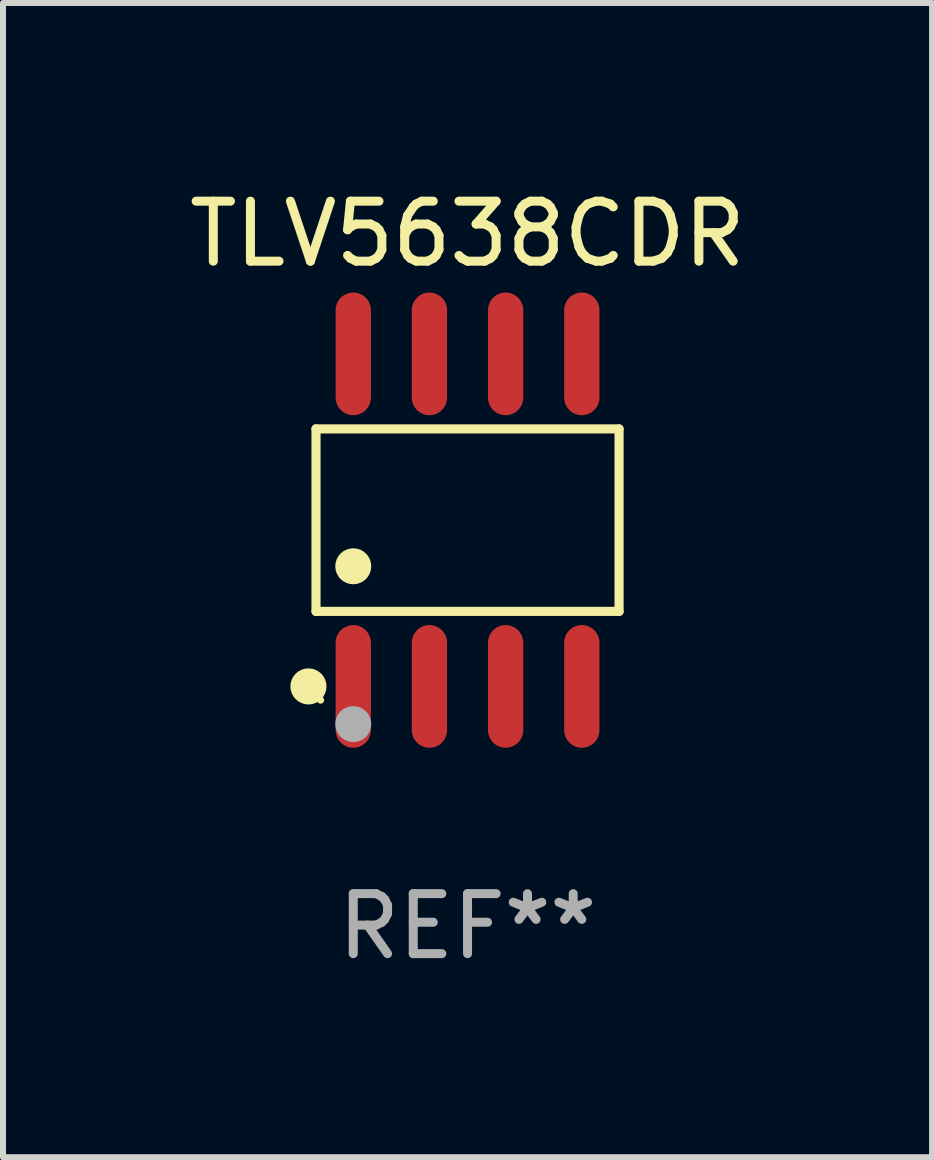
<source format=kicad_pcb>
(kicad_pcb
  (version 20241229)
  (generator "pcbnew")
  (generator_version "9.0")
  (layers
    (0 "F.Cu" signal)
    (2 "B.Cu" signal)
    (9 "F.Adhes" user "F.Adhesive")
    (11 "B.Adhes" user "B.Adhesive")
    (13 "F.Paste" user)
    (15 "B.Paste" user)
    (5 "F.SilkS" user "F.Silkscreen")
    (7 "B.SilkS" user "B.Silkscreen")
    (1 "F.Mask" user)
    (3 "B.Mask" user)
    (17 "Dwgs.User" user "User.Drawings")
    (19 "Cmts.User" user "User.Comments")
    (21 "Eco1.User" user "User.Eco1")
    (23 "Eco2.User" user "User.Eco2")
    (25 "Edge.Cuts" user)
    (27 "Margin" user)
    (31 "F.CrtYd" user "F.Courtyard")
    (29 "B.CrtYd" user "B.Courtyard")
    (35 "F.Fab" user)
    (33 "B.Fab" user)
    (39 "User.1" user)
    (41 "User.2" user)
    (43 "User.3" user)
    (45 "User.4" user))
  (footprint "TLV5638CDR"
    (layer "F.Cu")
    (at 4.744 5.621)
    (property "Reference" "TLV5638CDR" (at 0 -4.772 0) (layer "F.SilkS") (effects (font (size 1 1) (thickness 0.15))))
    (attr through_hole)
    (fp_line (start -2.526 -1.521) (end 2.526 -1.521) (stroke (width 0.152) (type solid)) (layer "F.SilkS"))
    (fp_line (start -2.526 1.521) (end -2.526 -1.521) (stroke (width 0.152) (type solid)) (layer "F.SilkS"))
    (fp_line (start 2.526 -1.521) (end 2.526 1.521) (stroke (width 0.152) (type solid)) (layer "F.SilkS"))
    (fp_line (start 2.526 1.521) (end -2.526 1.521) (stroke (width 0.152) (type solid)) (layer "F.SilkS"))
    (fp_circle (center -2.652 2.772) (end -2.501 2.772) (stroke (width 0.3) (type solid)) (fill no) (layer "F.SilkS"))
    (fp_circle (center -2.45 3) (end -2.42 3) (stroke (width 0.06) (type solid)) (fill no) (layer "F.SilkS"))
    (fp_circle (center -1.905 0.769) (end -1.755 0.769) (stroke (width 0.3) (type solid)) (fill no) (layer "F.SilkS"))
    (fp_circle (center -1.905 3.4) (end -1.755 3.4) (stroke (width 0.3) (type solid)) (fill no) (layer "F.Fab"))
    (fp_text user "REF**" (at 0 6.772 0) (layer "F.Fab") (effects (font (size 1 1) (thickness 0.15))))
    (pad "1" smd oval (at -1.905 2.772) (size 0.588 2.045) (layers "F.Cu" "F.Mask" "F.Paste"))
    (pad "2" smd oval (at -0.635 2.772) (size 0.588 2.045) (layers "F.Cu" "F.Mask" "F.Paste"))
    (pad "3" smd oval (at 0.635 2.772) (size 0.588 2.045) (layers "F.Cu" "F.Mask" "F.Paste"))
    (pad "4" smd oval (at 1.905 2.772) (size 0.588 2.045) (layers "F.Cu" "F.Mask" "F.Paste"))
    (pad "5" smd oval (at 1.905 -2.772) (size 0.588 2.045) (layers "F.Cu" "F.Mask" "F.Paste"))
    (pad "6" smd oval (at 0.635 -2.772) (size 0.588 2.045) (layers "F.Cu" "F.Mask" "F.Paste"))
    (pad "7" smd oval (at -0.635 -2.772) (size 0.588 2.045) (layers "F.Cu" "F.Mask" "F.Paste"))
    (pad "8" smd oval (at -1.905 -2.772) (size 0.588 2.045) (layers "F.Cu" "F.Mask" "F.Paste")))
  (gr_rect
    (start -3 -3)
    (end 12.488 16.241)
    (stroke (width 0.1) (type default))
    (fill no)
    (layer "Edge.Cuts")))
</source>
